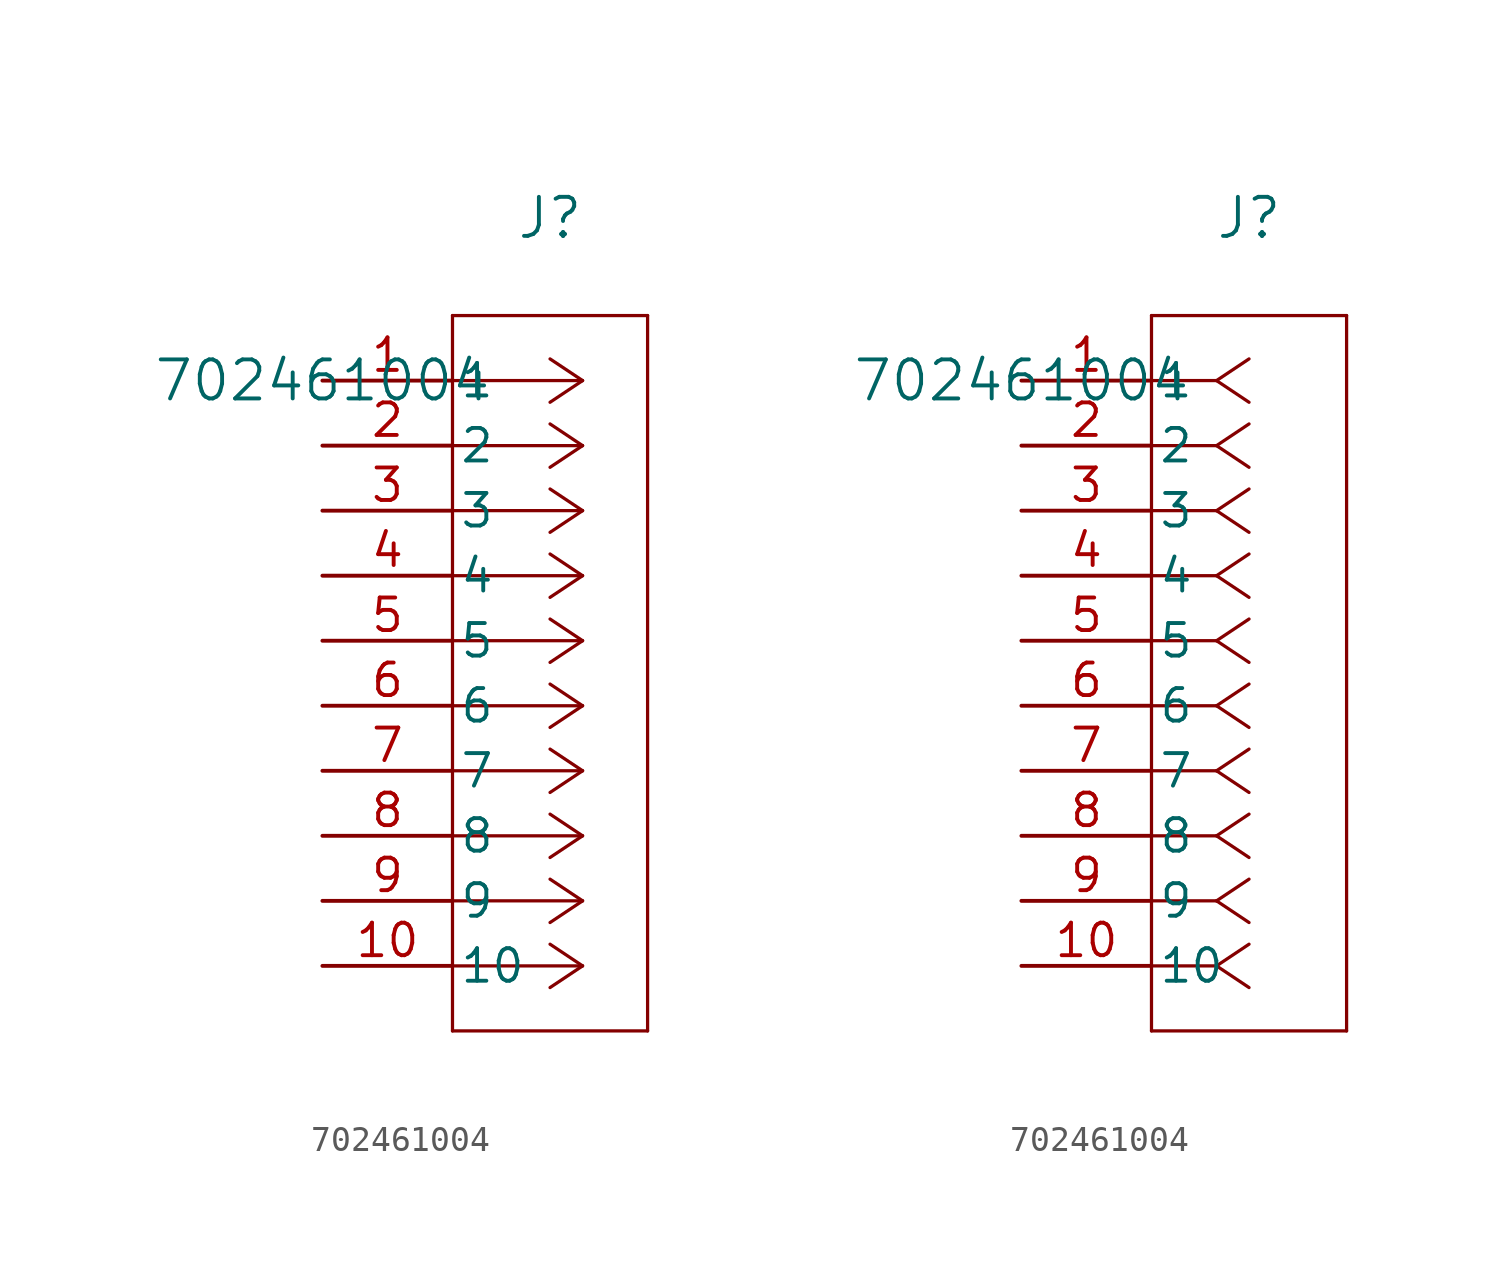
<source format=kicad_sym>
(kicad_symbol_lib
  (version 20211014)
  (generator kicad_symbol_editor)
  (symbol "702461004"
    (pin_names
      (offset 0.254))
    (property "Reference" "J"
      (at 8.89 6.35 0)
      (effects (font (size 1.524 1.524))))
    (property "Value" "702461004"
      (at 0 0 0)
      (effects (font (size 1.524 1.524))))
    (symbol "702461004_1_1"
      (polyline (pts (xy 10.16 0) (xy 5.08 0)) (stroke (width 0.127) (type default) (color 0 0 0 0)) (fill (type none)))
      (polyline (pts (xy 10.16 -2.54) (xy 5.08 -2.54)) (stroke (width 0.127) (type default) (color 0 0 0 0)) (fill (type none)))
      (polyline (pts (xy 10.16 -5.08) (xy 5.08 -5.08)) (stroke (width 0.127) (type default) (color 0 0 0 0)) (fill (type none)))
      (polyline (pts (xy 10.16 -7.62) (xy 5.08 -7.62)) (stroke (width 0.127) (type default) (color 0 0 0 0)) (fill (type none)))
      (polyline (pts (xy 10.16 -10.16) (xy 5.08 -10.16)) (stroke (width 0.127) (type default) (color 0 0 0 0)) (fill (type none)))
      (polyline (pts (xy 10.16 -12.7) (xy 5.08 -12.7)) (stroke (width 0.127) (type default) (color 0 0 0 0)) (fill (type none)))
      (polyline (pts (xy 10.16 -15.24) (xy 5.08 -15.24)) (stroke (width 0.127) (type default) (color 0 0 0 0)) (fill (type none)))
      (polyline (pts (xy 10.16 -17.78) (xy 5.08 -17.78)) (stroke (width 0.127) (type default) (color 0 0 0 0)) (fill (type none)))
      (polyline (pts (xy 10.16 -20.32) (xy 5.08 -20.32)) (stroke (width 0.127) (type default) (color 0 0 0 0)) (fill (type none)))
      (polyline (pts (xy 10.16 -22.86) (xy 5.08 -22.86)) (stroke (width 0.127) (type default) (color 0 0 0 0)) (fill (type none)))
      (polyline (pts (xy 10.16 0) (xy 8.89 0.847)) (stroke (width 0.127) (type default) (color 0 0 0 0)) (fill (type none)))
      (polyline (pts (xy 10.16 -2.54) (xy 8.89 -1.693)) (stroke (width 0.127) (type default) (color 0 0 0 0)) (fill (type none)))
      (polyline (pts (xy 10.16 -5.08) (xy 8.89 -4.233)) (stroke (width 0.127) (type default) (color 0 0 0 0)) (fill (type none)))
      (polyline (pts (xy 10.16 -7.62) (xy 8.89 -6.773)) (stroke (width 0.127) (type default) (color 0 0 0 0)) (fill (type none)))
      (polyline (pts (xy 10.16 -10.16) (xy 8.89 -9.313)) (stroke (width 0.127) (type default) (color 0 0 0 0)) (fill (type none)))
      (polyline (pts (xy 10.16 -12.7) (xy 8.89 -11.853)) (stroke (width 0.127) (type default) (color 0 0 0 0)) (fill (type none)))
      (polyline (pts (xy 10.16 -15.24) (xy 8.89 -14.393)) (stroke (width 0.127) (type default) (color 0 0 0 0)) (fill (type none)))
      (polyline (pts (xy 10.16 -17.78) (xy 8.89 -16.933)) (stroke (width 0.127) (type default) (color 0 0 0 0)) (fill (type none)))
      (polyline (pts (xy 10.16 -20.32) (xy 8.89 -19.473)) (stroke (width 0.127) (type default) (color 0 0 0 0)) (fill (type none)))
      (polyline (pts (xy 10.16 -22.86) (xy 8.89 -22.013)) (stroke (width 0.127) (type default) (color 0 0 0 0)) (fill (type none)))
      (polyline (pts (xy 10.16 0) (xy 8.89 -0.847)) (stroke (width 0.127) (type default) (color 0 0 0 0)) (fill (type none)))
      (polyline (pts (xy 10.16 -2.54) (xy 8.89 -3.387)) (stroke (width 0.127) (type default) (color 0 0 0 0)) (fill (type none)))
      (polyline (pts (xy 10.16 -5.08) (xy 8.89 -5.927)) (stroke (width 0.127) (type default) (color 0 0 0 0)) (fill (type none)))
      (polyline (pts (xy 10.16 -7.62) (xy 8.89 -8.467)) (stroke (width 0.127) (type default) (color 0 0 0 0)) (fill (type none)))
      (polyline (pts (xy 10.16 -10.16) (xy 8.89 -11.007)) (stroke (width 0.127) (type default) (color 0 0 0 0)) (fill (type none)))
      (polyline (pts (xy 10.16 -12.7) (xy 8.89 -13.547)) (stroke (width 0.127) (type default) (color 0 0 0 0)) (fill (type none)))
      (polyline (pts (xy 10.16 -15.24) (xy 8.89 -16.087)) (stroke (width 0.127) (type default) (color 0 0 0 0)) (fill (type none)))
      (polyline (pts (xy 10.16 -17.78) (xy 8.89 -18.627)) (stroke (width 0.127) (type default) (color 0 0 0 0)) (fill (type none)))
      (polyline (pts (xy 10.16 -20.32) (xy 8.89 -21.167)) (stroke (width 0.127) (type default) (color 0 0 0 0)) (fill (type none)))
      (polyline (pts (xy 10.16 -22.86) (xy 8.89 -23.707)) (stroke (width 0.127) (type default) (color 0 0 0 0)) (fill (type none)))
      (polyline (pts (xy 5.08 2.54) (xy 5.08 -25.4)) (stroke (width 0.127) (type default) (color 0 0 0 0)) (fill (type none)))
      (polyline (pts (xy 5.08 -25.4) (xy 12.7 -25.4)) (stroke (width 0.127) (type default) (color 0 0 0 0)) (fill (type none)))
      (polyline (pts (xy 12.7 -25.4) (xy 12.7 2.54)) (stroke (width 0.127) (type default) (color 0 0 0 0)) (fill (type none)))
      (polyline (pts (xy 12.7 2.54) (xy 5.08 2.54)) (stroke (width 0.127) (type default) (color 0 0 0 0)) (fill (type none)))
      (pin unspecified line (at 0 0 0) (length 5.08) (name "1" (effects (font (size 1.27 1.27)))) (number "1" (effects (font (size 1.27 1.27)))))
      (pin unspecified line (at 0 -2.54 0) (length 5.08) (name "2" (effects (font (size 1.27 1.27)))) (number "2" (effects (font (size 1.27 1.27)))))
      (pin unspecified line (at 0 -5.08 0) (length 5.08) (name "3" (effects (font (size 1.27 1.27)))) (number "3" (effects (font (size 1.27 1.27)))))
      (pin unspecified line (at 0 -7.62 0) (length 5.08) (name "4" (effects (font (size 1.27 1.27)))) (number "4" (effects (font (size 1.27 1.27)))))
      (pin unspecified line (at 0 -10.16 0) (length 5.08) (name "5" (effects (font (size 1.27 1.27)))) (number "5" (effects (font (size 1.27 1.27)))))
      (pin unspecified line (at 0 -12.7 0) (length 5.08) (name "6" (effects (font (size 1.27 1.27)))) (number "6" (effects (font (size 1.27 1.27)))))
      (pin unspecified line (at 0 -15.24 0) (length 5.08) (name "7" (effects (font (size 1.27 1.27)))) (number "7" (effects (font (size 1.27 1.27)))))
      (pin unspecified line (at 0 -17.78 0) (length 5.08) (name "8" (effects (font (size 1.27 1.27)))) (number "8" (effects (font (size 1.27 1.27)))))
      (pin unspecified line (at 0 -20.32 0) (length 5.08) (name "9" (effects (font (size 1.27 1.27)))) (number "9" (effects (font (size 1.27 1.27)))))
      (pin unspecified line (at 0 -22.86 0) (length 5.08) (name "10" (effects (font (size 1.27 1.27)))) (number "10" (effects (font (size 1.27 1.27))))))
    (symbol "702461004_1_2"
      (polyline (pts (xy 7.62 0) (xy 5.08 0)) (stroke (width 0.127) (type default) (color 0 0 0 0)) (fill (type none)))
      (polyline (pts (xy 7.62 -2.54) (xy 5.08 -2.54)) (stroke (width 0.127) (type default) (color 0 0 0 0)) (fill (type none)))
      (polyline (pts (xy 7.62 -5.08) (xy 5.08 -5.08)) (stroke (width 0.127) (type default) (color 0 0 0 0)) (fill (type none)))
      (polyline (pts (xy 7.62 -7.62) (xy 5.08 -7.62)) (stroke (width 0.127) (type default) (color 0 0 0 0)) (fill (type none)))
      (polyline (pts (xy 7.62 -10.16) (xy 5.08 -10.16)) (stroke (width 0.127) (type default) (color 0 0 0 0)) (fill (type none)))
      (polyline (pts (xy 7.62 -12.7) (xy 5.08 -12.7)) (stroke (width 0.127) (type default) (color 0 0 0 0)) (fill (type none)))
      (polyline (pts (xy 7.62 -15.24) (xy 5.08 -15.24)) (stroke (width 0.127) (type default) (color 0 0 0 0)) (fill (type none)))
      (polyline (pts (xy 7.62 -17.78) (xy 5.08 -17.78)) (stroke (width 0.127) (type default) (color 0 0 0 0)) (fill (type none)))
      (polyline (pts (xy 7.62 -20.32) (xy 5.08 -20.32)) (stroke (width 0.127) (type default) (color 0 0 0 0)) (fill (type none)))
      (polyline (pts (xy 7.62 -22.86) (xy 5.08 -22.86)) (stroke (width 0.127) (type default) (color 0 0 0 0)) (fill (type none)))
      (polyline (pts (xy 7.62 0) (xy 8.89 0.847)) (stroke (width 0.127) (type default) (color 0 0 0 0)) (fill (type none)))
      (polyline (pts (xy 7.62 -2.54) (xy 8.89 -1.693)) (stroke (width 0.127) (type default) (color 0 0 0 0)) (fill (type none)))
      (polyline (pts (xy 7.62 -5.08) (xy 8.89 -4.233)) (stroke (width 0.127) (type default) (color 0 0 0 0)) (fill (type none)))
      (polyline (pts (xy 7.62 -7.62) (xy 8.89 -6.773)) (stroke (width 0.127) (type default) (color 0 0 0 0)) (fill (type none)))
      (polyline (pts (xy 7.62 -10.16) (xy 8.89 -9.313)) (stroke (width 0.127) (type default) (color 0 0 0 0)) (fill (type none)))
      (polyline (pts (xy 7.62 -12.7) (xy 8.89 -11.853)) (stroke (width 0.127) (type default) (color 0 0 0 0)) (fill (type none)))
      (polyline (pts (xy 7.62 -15.24) (xy 8.89 -14.393)) (stroke (width 0.127) (type default) (color 0 0 0 0)) (fill (type none)))
      (polyline (pts (xy 7.62 -17.78) (xy 8.89 -16.933)) (stroke (width 0.127) (type default) (color 0 0 0 0)) (fill (type none)))
      (polyline (pts (xy 7.62 -20.32) (xy 8.89 -19.473)) (stroke (width 0.127) (type default) (color 0 0 0 0)) (fill (type none)))
      (polyline (pts (xy 7.62 -22.86) (xy 8.89 -22.013)) (stroke (width 0.127) (type default) (color 0 0 0 0)) (fill (type none)))
      (polyline (pts (xy 7.62 0) (xy 8.89 -0.847)) (stroke (width 0.127) (type default) (color 0 0 0 0)) (fill (type none)))
      (polyline (pts (xy 7.62 -2.54) (xy 8.89 -3.387)) (stroke (width 0.127) (type default) (color 0 0 0 0)) (fill (type none)))
      (polyline (pts (xy 7.62 -5.08) (xy 8.89 -5.927)) (stroke (width 0.127) (type default) (color 0 0 0 0)) (fill (type none)))
      (polyline (pts (xy 7.62 -7.62) (xy 8.89 -8.467)) (stroke (width 0.127) (type default) (color 0 0 0 0)) (fill (type none)))
      (polyline (pts (xy 7.62 -10.16) (xy 8.89 -11.007)) (stroke (width 0.127) (type default) (color 0 0 0 0)) (fill (type none)))
      (polyline (pts (xy 7.62 -12.7) (xy 8.89 -13.547)) (stroke (width 0.127) (type default) (color 0 0 0 0)) (fill (type none)))
      (polyline (pts (xy 7.62 -15.24) (xy 8.89 -16.087)) (stroke (width 0.127) (type default) (color 0 0 0 0)) (fill (type none)))
      (polyline (pts (xy 7.62 -17.78) (xy 8.89 -18.627)) (stroke (width 0.127) (type default) (color 0 0 0 0)) (fill (type none)))
      (polyline (pts (xy 7.62 -20.32) (xy 8.89 -21.167)) (stroke (width 0.127) (type default) (color 0 0 0 0)) (fill (type none)))
      (polyline (pts (xy 7.62 -22.86) (xy 8.89 -23.707)) (stroke (width 0.127) (type default) (color 0 0 0 0)) (fill (type none)))
      (polyline (pts (xy 5.08 2.54) (xy 5.08 -25.4)) (stroke (width 0.127) (type default) (color 0 0 0 0)) (fill (type none)))
      (polyline (pts (xy 5.08 -25.4) (xy 12.7 -25.4)) (stroke (width 0.127) (type default) (color 0 0 0 0)) (fill (type none)))
      (polyline (pts (xy 12.7 -25.4) (xy 12.7 2.54)) (stroke (width 0.127) (type default) (color 0 0 0 0)) (fill (type none)))
      (polyline (pts (xy 12.7 2.54) (xy 5.08 2.54)) (stroke (width 0.127) (type default) (color 0 0 0 0)) (fill (type none)))
      (pin unspecified line (at 0 0 0) (length 5.08) (name "1" (effects (font (size 1.27 1.27)))) (number "1" (effects (font (size 1.27 1.27)))))
      (pin unspecified line (at 0 -2.54 0) (length 5.08) (name "2" (effects (font (size 1.27 1.27)))) (number "2" (effects (font (size 1.27 1.27)))))
      (pin unspecified line (at 0 -5.08 0) (length 5.08) (name "3" (effects (font (size 1.27 1.27)))) (number "3" (effects (font (size 1.27 1.27)))))
      (pin unspecified line (at 0 -7.62 0) (length 5.08) (name "4" (effects (font (size 1.27 1.27)))) (number "4" (effects (font (size 1.27 1.27)))))
      (pin unspecified line (at 0 -10.16 0) (length 5.08) (name "5" (effects (font (size 1.27 1.27)))) (number "5" (effects (font (size 1.27 1.27)))))
      (pin unspecified line (at 0 -12.7 0) (length 5.08) (name "6" (effects (font (size 1.27 1.27)))) (number "6" (effects (font (size 1.27 1.27)))))
      (pin unspecified line (at 0 -15.24 0) (length 5.08) (name "7" (effects (font (size 1.27 1.27)))) (number "7" (effects (font (size 1.27 1.27)))))
      (pin unspecified line (at 0 -17.78 0) (length 5.08) (name "8" (effects (font (size 1.27 1.27)))) (number "8" (effects (font (size 1.27 1.27)))))
      (pin unspecified line (at 0 -20.32 0) (length 5.08) (name "9" (effects (font (size 1.27 1.27)))) (number "9" (effects (font (size 1.27 1.27)))))
      (pin unspecified line (at 0 -22.86 0) (length 5.08) (name "10" (effects (font (size 1.27 1.27)))) (number "10" (effects (font (size 1.27 1.27))))))))
</source>
